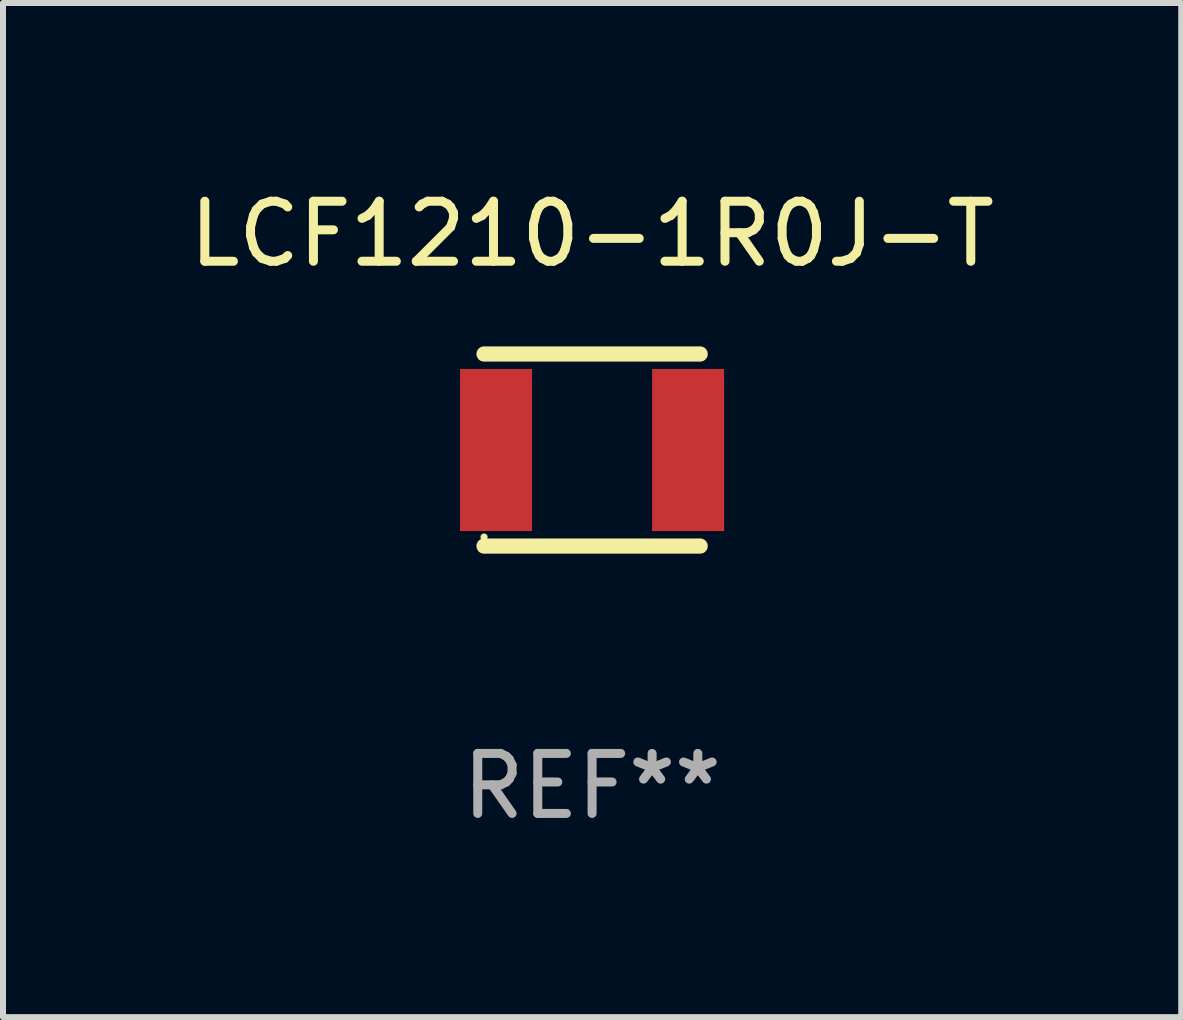
<source format=kicad_pcb>
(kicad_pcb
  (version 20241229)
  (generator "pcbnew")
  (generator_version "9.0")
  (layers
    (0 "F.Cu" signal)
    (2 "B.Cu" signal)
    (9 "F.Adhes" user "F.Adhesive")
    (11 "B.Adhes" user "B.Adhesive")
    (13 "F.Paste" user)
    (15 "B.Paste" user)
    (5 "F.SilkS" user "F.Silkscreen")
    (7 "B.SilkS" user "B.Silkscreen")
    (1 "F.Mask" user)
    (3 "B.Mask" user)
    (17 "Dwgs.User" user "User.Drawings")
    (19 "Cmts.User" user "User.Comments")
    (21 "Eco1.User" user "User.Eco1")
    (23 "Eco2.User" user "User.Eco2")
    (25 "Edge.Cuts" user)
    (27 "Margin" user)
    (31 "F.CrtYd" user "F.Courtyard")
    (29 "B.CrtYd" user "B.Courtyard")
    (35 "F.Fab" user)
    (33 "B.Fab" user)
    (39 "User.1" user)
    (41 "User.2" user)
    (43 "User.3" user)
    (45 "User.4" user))
  (footprint "LCF1210-1R0J-T"
    (layer "F.Cu")
    (at 6.815 4.448)
    (property "Reference" "LCF1210-1R0J-T" (at 0 -3.6 0) (layer "F.SilkS") (effects (font (size 1 1) (thickness 0.15))))
    (attr through_hole)
    (fp_line (start -1.8 -1.6) (end 1.8 -1.6) (stroke (width 0.254) (type solid)) (layer "F.SilkS"))
    (fp_line (start -1.8 1.6) (end 1.8 1.6) (stroke (width 0.254) (type solid)) (layer "F.SilkS"))
    (fp_circle (center -1.8 1.45) (end -1.77 1.45) (stroke (width 0.06) (type solid)) (fill no) (layer "F.SilkS"))
    (fp_text user "REF**" (at 0 5.6 0) (layer "F.Fab") (effects (font (size 1 1) (thickness 0.15))))
    (pad "1" smd rect (at -1.6 0 90) (size 2.7 1.2) (layers "F.Cu" "F.Mask" "F.Paste"))
    (pad "2" smd rect (at 1.6 0 90) (size 2.7 1.2) (layers "F.Cu" "F.Mask" "F.Paste")))
  (gr_rect
    (start -3 -3)
    (end 16.631 13.897)
    (stroke (width 0.1) (type default))
    (fill no)
    (layer "Edge.Cuts")))
</source>
